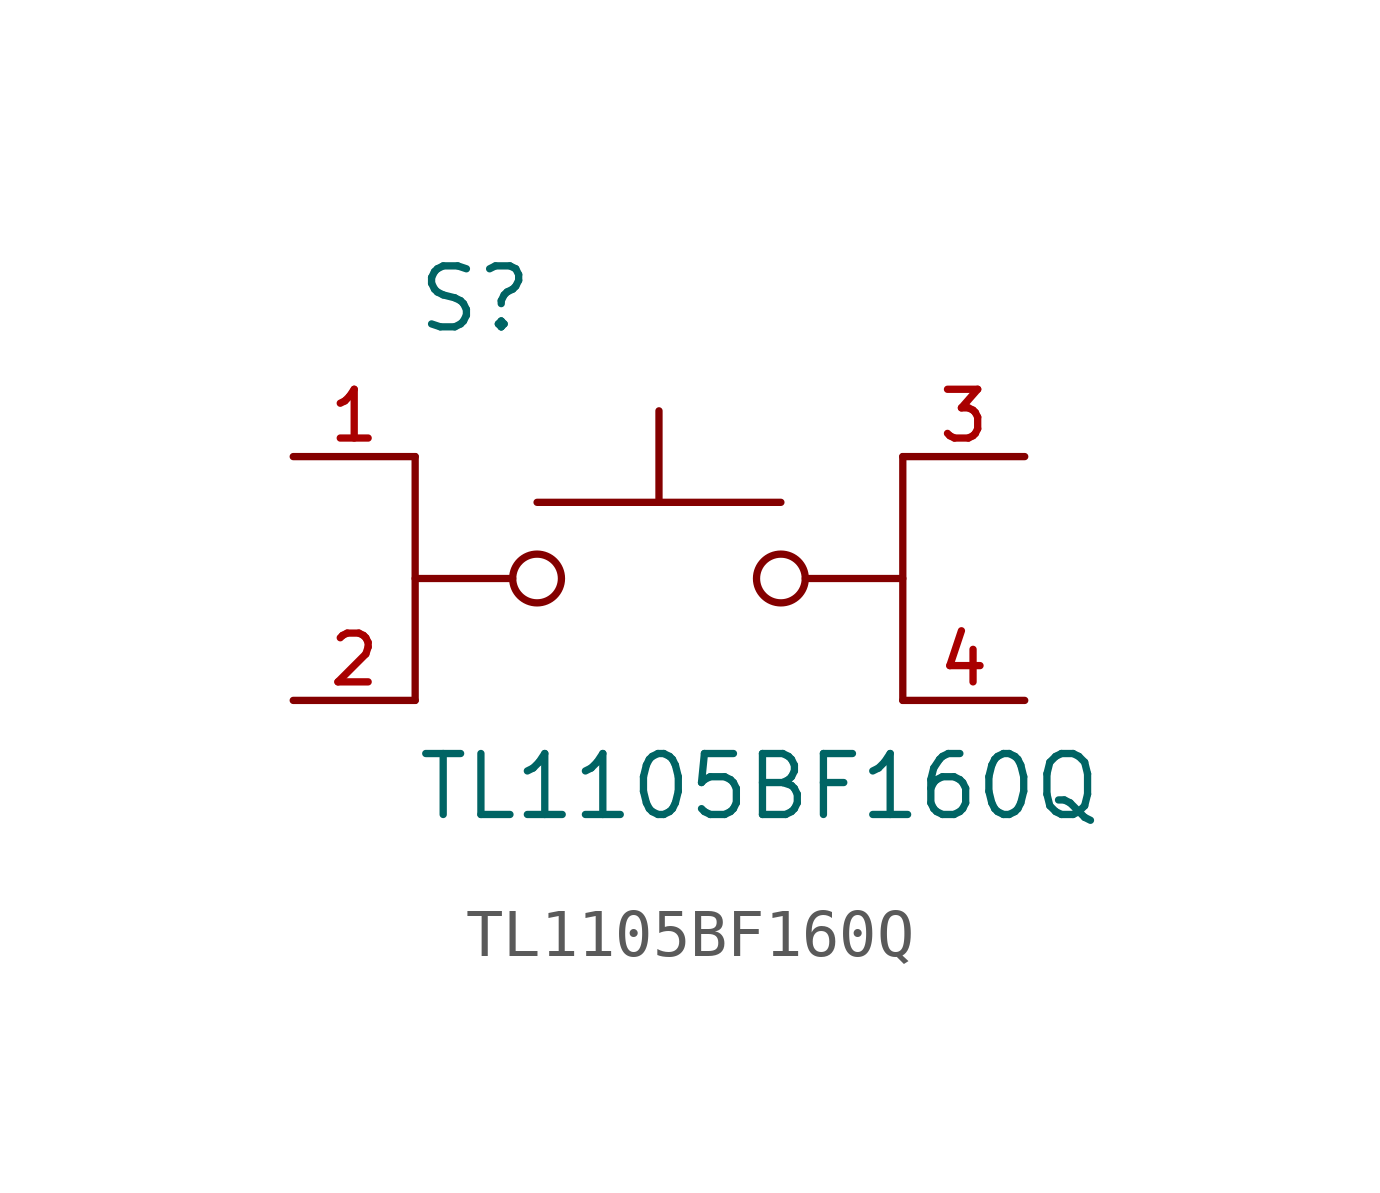
<source format=kicad_sym>
(kicad_symbol_lib
  (version 20211014)
  (generator kicad_symbol_editor)
  (symbol "TL1105BF160Q"
    (pin_names
      (offset 1.016))
    (property "Reference" "S"
      (at -5.08 5.08 0)
      (effects (font (size 1.27 1.27)) (justify bottom left)))
    (property "Value" "TL1105BF160Q"
      (at -5.08 -5.08 0)
      (effects (font (size 1.27 1.27)) (justify bottom left)))
    (symbol "TL1105BF160Q_0_0"
      (circle (center 2.54 0.0) (radius 0.508) (stroke (width 0.152)) (fill (type none)))
      (polyline (pts (xy 5.08 0.0) (xy 3.048 0.0)) (stroke (width 0.152)))
      (polyline (pts (xy -5.08 0.0) (xy -3.048 0.0)) (stroke (width 0.152)))
      (circle (center -2.54 0.0) (radius 0.508) (stroke (width 0.152)) (fill (type none)))
      (polyline (pts (xy -2.54 1.587) (xy 0.0 1.587)) (stroke (width 0.152)))
      (polyline (pts (xy 0.0 1.587) (xy 2.54 1.587)) (stroke (width 0.152)))
      (polyline (pts (xy 0.0 1.587) (xy 0.0 3.493)) (stroke (width 0.152)))
      (polyline (pts (xy -5.08 2.54) (xy -5.08 -2.54)) (stroke (width 0.152)))
      (polyline (pts (xy 5.08 2.54) (xy 5.08 -2.54)) (stroke (width 0.152)))
      (pin passive line (at -7.62 2.54 0) (length 2.54) (name "~" (effects (font (size 1.016 1.016)))) (number "1" (effects (font (size 1.016 1.016)))))
      (pin passive line (at -7.62 -2.54 0) (length 2.54) (name "~" (effects (font (size 1.016 1.016)))) (number "2" (effects (font (size 1.016 1.016)))))
      (pin passive line (at 7.62 2.54 180.0) (length 2.54) (name "~" (effects (font (size 1.016 1.016)))) (number "3" (effects (font (size 1.016 1.016)))))
      (pin passive line (at 7.62 -2.54 180.0) (length 2.54) (name "~" (effects (font (size 1.016 1.016)))) (number "4" (effects (font (size 1.016 1.016))))))))
</source>
